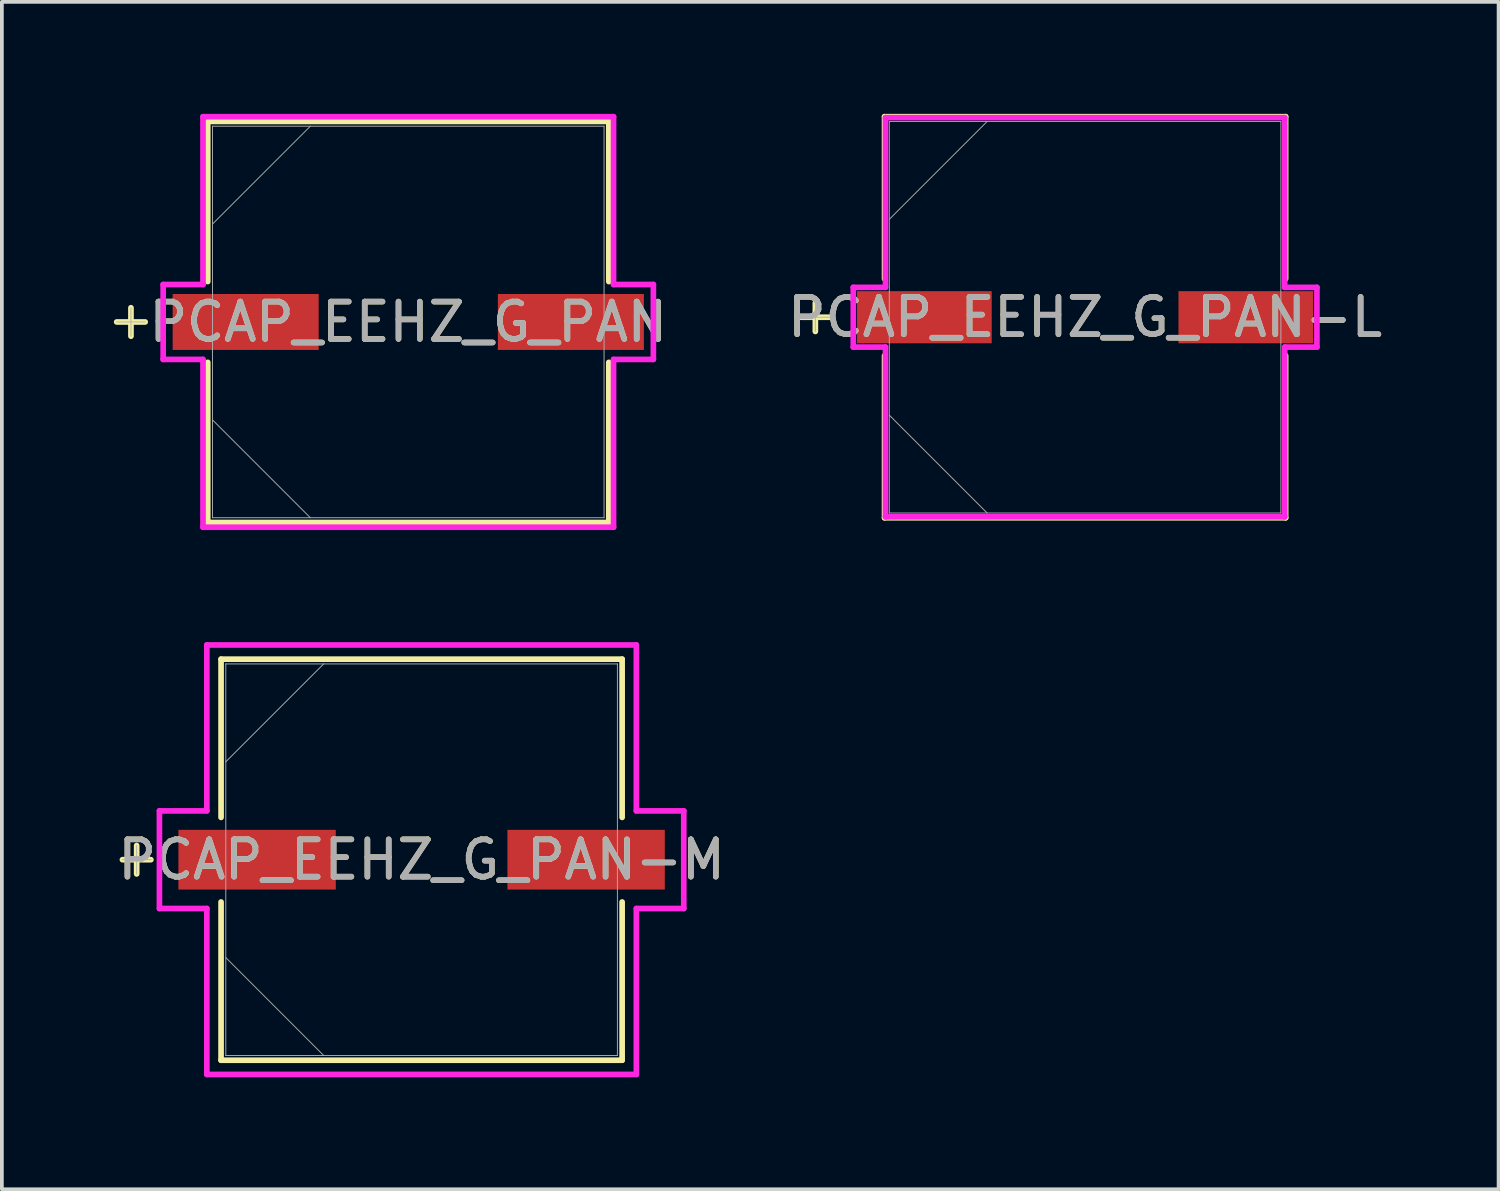
<source format=kicad_pcb>
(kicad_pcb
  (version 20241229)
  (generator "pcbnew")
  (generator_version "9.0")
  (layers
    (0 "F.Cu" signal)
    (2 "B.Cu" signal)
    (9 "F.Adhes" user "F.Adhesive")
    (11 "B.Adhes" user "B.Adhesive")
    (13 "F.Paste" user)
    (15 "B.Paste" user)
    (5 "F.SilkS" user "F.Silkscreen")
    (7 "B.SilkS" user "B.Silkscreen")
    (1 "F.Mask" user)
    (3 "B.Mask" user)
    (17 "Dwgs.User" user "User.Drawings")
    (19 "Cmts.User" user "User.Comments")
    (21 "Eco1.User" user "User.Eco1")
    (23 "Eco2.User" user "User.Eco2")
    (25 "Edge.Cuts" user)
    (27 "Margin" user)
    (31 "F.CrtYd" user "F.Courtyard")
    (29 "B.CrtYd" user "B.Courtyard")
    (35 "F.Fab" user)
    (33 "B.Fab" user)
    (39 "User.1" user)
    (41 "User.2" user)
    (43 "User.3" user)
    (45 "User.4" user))
  (footprint "PCAP_EEHZ_G_PAN-M"
    (layer "F.Cu")
    (at 8.244 19.98)
    (property "Reference" "PCAP_EEHZ_G_PAN-M" (at 0 0 0) (unlocked yes) (layer "F.SilkS") (effects (font (size 1 1) (thickness 0.15))))
    (attr smd)
    (fp_line (start -7.633 -0.381) (end -7.633 0.381) (stroke (width 0.152) (type solid)) (layer "F.SilkS"))
    (fp_line (start -7.252 0) (end -8.014 0) (stroke (width 0.152) (type solid)) (layer "F.SilkS"))
    (fp_line (start -5.372 -5.372) (end -5.372 -1.133) (stroke (width 0.152) (type solid)) (layer "F.SilkS"))
    (fp_line (start -5.372 1.133) (end -5.372 5.372) (stroke (width 0.152) (type solid)) (layer "F.SilkS"))
    (fp_line (start -5.372 5.372) (end 5.372 5.372) (stroke (width 0.152) (type solid)) (layer "F.SilkS"))
    (fp_line (start 5.372 -5.372) (end -5.372 -5.372) (stroke (width 0.152) (type solid)) (layer "F.SilkS"))
    (fp_line (start 5.372 -1.133) (end 5.372 -5.372) (stroke (width 0.152) (type solid)) (layer "F.SilkS"))
    (fp_line (start 5.372 5.372) (end 5.372 1.133) (stroke (width 0.152) (type solid)) (layer "F.SilkS"))
    (fp_line (start -7.023 -1.308) (end -5.753 -1.308) (stroke (width 0.152) (type solid)) (layer "F.CrtYd"))
    (fp_line (start -7.023 1.308) (end -7.023 -1.308) (stroke (width 0.152) (type solid)) (layer "F.CrtYd"))
    (fp_line (start -5.753 -5.753) (end 5.753 -5.753) (stroke (width 0.152) (type solid)) (layer "F.CrtYd"))
    (fp_line (start -5.753 -1.308) (end -5.753 -5.753) (stroke (width 0.152) (type solid)) (layer "F.CrtYd"))
    (fp_line (start -5.753 1.308) (end -7.023 1.308) (stroke (width 0.152) (type solid)) (layer "F.CrtYd"))
    (fp_line (start -5.753 5.753) (end -5.753 1.308) (stroke (width 0.152) (type solid)) (layer "F.CrtYd"))
    (fp_line (start 5.753 -5.753) (end 5.753 -1.308) (stroke (width 0.152) (type solid)) (layer "F.CrtYd"))
    (fp_line (start 5.753 -1.308) (end 7.023 -1.308) (stroke (width 0.152) (type solid)) (layer "F.CrtYd"))
    (fp_line (start 5.753 1.308) (end 5.753 5.753) (stroke (width 0.152) (type solid)) (layer "F.CrtYd"))
    (fp_line (start 5.753 5.753) (end -5.753 5.753) (stroke (width 0.152) (type solid)) (layer "F.CrtYd"))
    (fp_line (start 7.023 -1.308) (end 7.023 1.308) (stroke (width 0.152) (type solid)) (layer "F.CrtYd"))
    (fp_line (start 7.023 1.308) (end 5.753 1.308) (stroke (width 0.152) (type solid)) (layer "F.CrtYd"))
    (fp_line (start -7.633 -0.381) (end -7.633 0.381) (stroke (width 0.025) (type solid)) (layer "F.Fab"))
    (fp_line (start -7.252 0) (end -8.014 0) (stroke (width 0.025) (type solid)) (layer "F.Fab"))
    (fp_line (start -5.245 -5.245) (end -5.245 5.245) (stroke (width 0.025) (type solid)) (layer "F.Fab"))
    (fp_line (start -5.245 -2.623) (end -2.623 -5.245) (stroke (width 0.025) (type solid)) (layer "F.Fab"))
    (fp_line (start -5.245 2.623) (end -2.623 5.245) (stroke (width 0.025) (type solid)) (layer "F.Fab"))
    (fp_line (start -5.245 5.245) (end 5.245 5.245) (stroke (width 0.025) (type solid)) (layer "F.Fab"))
    (fp_line (start 5.245 -5.245) (end -5.245 -5.245) (stroke (width 0.025) (type solid)) (layer "F.Fab"))
    (fp_line (start 5.245 5.245) (end 5.245 -5.245) (stroke (width 0.025) (type solid)) (layer "F.Fab"))
    (fp_text user "${REFERENCE}" (at 0 0 0) (unlocked yes) (layer "F.Fab") (effects (font (size 1 1) (thickness 0.15))))
    (pad "1" smd rect (at -4.407 0) (size 4.216 1.6) (layers "F.Cu" "F.Mask" "F.Paste"))
    (pad "2" smd rect (at 4.407 0) (size 4.216 1.6) (layers "F.Cu" "F.Mask" "F.Paste"))
    (zone (net_name "") (layer "F.Cu") (hatch full 0.508) (connect_pads) (min_thickness 0.254) (filled_areas_thickness no) (keepout (tracks not_allowed) (vias not_allowed) (pads allowed) (copperpour not_allowed) (footprints allowed)) (placement (enabled no)) (fill) (polygon (pts (xy 3.05 14.786) (xy 13.438 14.786) (xy 13.438 19.129) (xy 3.05 19.129))))
    (zone (net_name "") (layer "F.Cu") (hatch full 0.508) (connect_pads) (min_thickness 0.254) (filled_areas_thickness no) (keepout (tracks not_allowed) (vias not_allowed) (pads allowed) (copperpour not_allowed) (footprints allowed)) (placement (enabled no)) (fill) (polygon (pts (xy 3.05 20.831) (xy 13.438 20.831) (xy 13.438 25.174) (xy 3.05 25.174))))
    (zone (net_name "") (layer "F.Cu") (hatch full 0.508) (connect_pads) (min_thickness 0.254) (filled_areas_thickness no) (keepout (tracks not_allowed) (vias not_allowed) (pads allowed) (copperpour not_allowed) (footprints allowed)) (placement (enabled no)) (fill) (polygon (pts (xy 5.996 19.129) (xy 10.492 19.129) (xy 10.492 20.831) (xy 5.996 20.831)))))
  (footprint "PCAP_EEHZ_G_PAN"
    (layer "F.Cu")
    (at 7.887 5.575)
    (property "Reference" "PCAP_EEHZ_G_PAN" (at 0 0 0) (unlocked yes) (layer "F.SilkS") (effects (font (size 1 1) (thickness 0.15))))
    (attr smd)
    (fp_line (start -7.429 -0.381) (end -7.429 0.381) (stroke (width 0.152) (type solid)) (layer "F.SilkS"))
    (fp_line (start -7.048 0) (end -7.811 0) (stroke (width 0.152) (type solid)) (layer "F.SilkS"))
    (fp_line (start -5.372 -5.372) (end -5.372 -1.082) (stroke (width 0.152) (type solid)) (layer "F.SilkS"))
    (fp_line (start -5.372 1.082) (end -5.372 5.372) (stroke (width 0.152) (type solid)) (layer "F.SilkS"))
    (fp_line (start -5.372 5.372) (end 5.372 5.372) (stroke (width 0.152) (type solid)) (layer "F.SilkS"))
    (fp_line (start 5.372 -5.372) (end -5.372 -5.372) (stroke (width 0.152) (type solid)) (layer "F.SilkS"))
    (fp_line (start 5.372 -1.082) (end 5.372 -5.372) (stroke (width 0.152) (type solid)) (layer "F.SilkS"))
    (fp_line (start 5.372 5.372) (end 5.372 1.082) (stroke (width 0.152) (type solid)) (layer "F.SilkS"))
    (fp_line (start -6.566 -1.003) (end -5.499 -1.003) (stroke (width 0.152) (type solid)) (layer "F.CrtYd"))
    (fp_line (start -6.566 1.003) (end -6.566 -1.003) (stroke (width 0.152) (type solid)) (layer "F.CrtYd"))
    (fp_line (start -5.499 -5.499) (end 5.499 -5.499) (stroke (width 0.152) (type solid)) (layer "F.CrtYd"))
    (fp_line (start -5.499 -1.003) (end -5.499 -5.499) (stroke (width 0.152) (type solid)) (layer "F.CrtYd"))
    (fp_line (start -5.499 1.003) (end -6.566 1.003) (stroke (width 0.152) (type solid)) (layer "F.CrtYd"))
    (fp_line (start -5.499 5.499) (end -5.499 1.003) (stroke (width 0.152) (type solid)) (layer "F.CrtYd"))
    (fp_line (start 5.499 -5.499) (end 5.499 -1.003) (stroke (width 0.152) (type solid)) (layer "F.CrtYd"))
    (fp_line (start 5.499 -1.003) (end 6.566 -1.003) (stroke (width 0.152) (type solid)) (layer "F.CrtYd"))
    (fp_line (start 5.499 1.003) (end 5.499 5.499) (stroke (width 0.152) (type solid)) (layer "F.CrtYd"))
    (fp_line (start 5.499 5.499) (end -5.499 5.499) (stroke (width 0.152) (type solid)) (layer "F.CrtYd"))
    (fp_line (start 6.566 -1.003) (end 6.566 1.003) (stroke (width 0.152) (type solid)) (layer "F.CrtYd"))
    (fp_line (start 6.566 1.003) (end 5.499 1.003) (stroke (width 0.152) (type solid)) (layer "F.CrtYd"))
    (fp_line (start -7.429 -0.381) (end -7.429 0.381) (stroke (width 0.025) (type solid)) (layer "F.Fab"))
    (fp_line (start -7.048 0) (end -7.811 0) (stroke (width 0.025) (type solid)) (layer "F.Fab"))
    (fp_line (start -5.245 -5.245) (end -5.245 5.245) (stroke (width 0.025) (type solid)) (layer "F.Fab"))
    (fp_line (start -5.245 -2.623) (end -2.623 -5.245) (stroke (width 0.025) (type solid)) (layer "F.Fab"))
    (fp_line (start -5.245 2.623) (end -2.623 5.245) (stroke (width 0.025) (type solid)) (layer "F.Fab"))
    (fp_line (start -5.245 5.245) (end 5.245 5.245) (stroke (width 0.025) (type solid)) (layer "F.Fab"))
    (fp_line (start 5.245 -5.245) (end -5.245 -5.245) (stroke (width 0.025) (type solid)) (layer "F.Fab"))
    (fp_line (start 5.245 5.245) (end 5.245 -5.245) (stroke (width 0.025) (type solid)) (layer "F.Fab"))
    (fp_text user "${REFERENCE}" (at 0 0 0) (unlocked yes) (layer "F.Fab") (effects (font (size 1 1) (thickness 0.15))))
    (pad "1" smd rect (at -4.356 0) (size 3.912 1.499) (layers "F.Cu" "F.Mask" "F.Paste"))
    (pad "2" smd rect (at 4.356 0) (size 3.912 1.499) (layers "F.Cu" "F.Mask" "F.Paste"))
    (zone (net_name "") (layer "F.Cu") (hatch full 0.508) (connect_pads) (min_thickness 0.254) (filled_areas_thickness no) (keepout (tracks not_allowed) (vias not_allowed) (pads allowed) (copperpour not_allowed) (footprints allowed)) (placement (enabled no)) (fill) (polygon (pts (xy 2.692 0.381) (xy 13.081 0.381) (xy 13.081 4.775) (xy 2.692 4.775))))
    (zone (net_name "") (layer "F.Cu") (hatch full 0.508) (connect_pads) (min_thickness 0.254) (filled_areas_thickness no) (keepout (tracks not_allowed) (vias not_allowed) (pads allowed) (copperpour not_allowed) (footprints allowed)) (placement (enabled no)) (fill) (polygon (pts (xy 2.692 6.375) (xy 13.081 6.375) (xy 13.081 10.77) (xy 2.692 10.77))))
    (zone (net_name "") (layer "F.Cu") (hatch full 0.508) (connect_pads) (min_thickness 0.254) (filled_areas_thickness no) (keepout (tracks not_allowed) (vias not_allowed) (pads allowed) (copperpour not_allowed) (footprints allowed)) (placement (enabled no)) (fill) (polygon (pts (xy 5.537 4.775) (xy 10.236 4.775) (xy 10.236 6.375) (xy 5.537 6.375)))))
  (footprint "PCAP_EEHZ_G_PAN-L"
    (layer "F.Cu")
    (at 26.018 5.448)
    (property "Reference" "PCAP_EEHZ_G_PAN-L" (at 0 0 0) (unlocked yes) (layer "F.SilkS") (effects (font (size 1 1) (thickness 0.15))))
    (attr smd)
    (fp_line (start -7.226 -0.381) (end -7.226 0.381) (stroke (width 0.152) (type solid)) (layer "F.SilkS"))
    (fp_line (start -6.845 0) (end -7.607 0) (stroke (width 0.152) (type solid)) (layer "F.SilkS"))
    (fp_line (start -5.372 -5.372) (end -5.372 -1.031) (stroke (width 0.152) (type solid)) (layer "F.SilkS"))
    (fp_line (start -5.372 1.031) (end -5.372 5.372) (stroke (width 0.152) (type solid)) (layer "F.SilkS"))
    (fp_line (start -5.372 5.372) (end 5.372 5.372) (stroke (width 0.152) (type solid)) (layer "F.SilkS"))
    (fp_line (start 5.372 -5.372) (end -5.372 -5.372) (stroke (width 0.152) (type solid)) (layer "F.SilkS"))
    (fp_line (start 5.372 -1.031) (end 5.372 -5.372) (stroke (width 0.152) (type solid)) (layer "F.SilkS"))
    (fp_line (start 5.372 5.372) (end 5.372 1.031) (stroke (width 0.152) (type solid)) (layer "F.SilkS"))
    (fp_line (start -6.21 -0.8) (end -5.347 -0.8) (stroke (width 0.152) (type solid)) (layer "F.CrtYd"))
    (fp_line (start -6.21 0.8) (end -6.21 -0.8) (stroke (width 0.152) (type solid)) (layer "F.CrtYd"))
    (fp_line (start -5.347 -5.347) (end 5.347 -5.347) (stroke (width 0.152) (type solid)) (layer "F.CrtYd"))
    (fp_line (start -5.347 -0.8) (end -5.347 -5.347) (stroke (width 0.152) (type solid)) (layer "F.CrtYd"))
    (fp_line (start -5.347 0.8) (end -6.21 0.8) (stroke (width 0.152) (type solid)) (layer "F.CrtYd"))
    (fp_line (start -5.347 5.347) (end -5.347 0.8) (stroke (width 0.152) (type solid)) (layer "F.CrtYd"))
    (fp_line (start 5.347 -5.347) (end 5.347 -0.8) (stroke (width 0.152) (type solid)) (layer "F.CrtYd"))
    (fp_line (start 5.347 -0.8) (end 6.21 -0.8) (stroke (width 0.152) (type solid)) (layer "F.CrtYd"))
    (fp_line (start 5.347 0.8) (end 5.347 5.347) (stroke (width 0.152) (type solid)) (layer "F.CrtYd"))
    (fp_line (start 5.347 5.347) (end -5.347 5.347) (stroke (width 0.152) (type solid)) (layer "F.CrtYd"))
    (fp_line (start 6.21 -0.8) (end 6.21 0.8) (stroke (width 0.152) (type solid)) (layer "F.CrtYd"))
    (fp_line (start 6.21 0.8) (end 5.347 0.8) (stroke (width 0.152) (type solid)) (layer "F.CrtYd"))
    (fp_line (start -7.226 -0.381) (end -7.226 0.381) (stroke (width 0.025) (type solid)) (layer "F.Fab"))
    (fp_line (start -6.845 0) (end -7.607 0) (stroke (width 0.025) (type solid)) (layer "F.Fab"))
    (fp_line (start -5.245 -5.245) (end -5.245 5.245) (stroke (width 0.025) (type solid)) (layer "F.Fab"))
    (fp_line (start -5.245 -2.623) (end -2.623 -5.245) (stroke (width 0.025) (type solid)) (layer "F.Fab"))
    (fp_line (start -5.245 2.623) (end -2.623 5.245) (stroke (width 0.025) (type solid)) (layer "F.Fab"))
    (fp_line (start -5.245 5.245) (end 5.245 5.245) (stroke (width 0.025) (type solid)) (layer "F.Fab"))
    (fp_line (start 5.245 -5.245) (end -5.245 -5.245) (stroke (width 0.025) (type solid)) (layer "F.Fab"))
    (fp_line (start 5.245 5.245) (end 5.245 -5.245) (stroke (width 0.025) (type solid)) (layer "F.Fab"))
    (fp_text user "${REFERENCE}" (at 0 0 0) (unlocked yes) (layer "F.Fab") (effects (font (size 1 1) (thickness 0.15))))
    (pad "1" smd rect (at -4.305 0) (size 3.607 1.397) (layers "F.Cu" "F.Mask" "F.Paste"))
    (pad "2" smd rect (at 4.305 0) (size 3.607 1.397) (layers "F.Cu" "F.Mask" "F.Paste"))
    (zone (net_name "") (layer "F.Cu") (hatch full 0.508) (connect_pads) (min_thickness 0.254) (filled_areas_thickness no) (keepout (tracks not_allowed) (vias not_allowed) (pads allowed) (copperpour not_allowed) (footprints allowed)) (placement (enabled no)) (fill) (polygon (pts (xy 20.823 0.254) (xy 31.212 0.254) (xy 31.212 4.699) (xy 20.823 4.699))))
    (zone (net_name "") (layer "F.Cu") (hatch full 0.508) (connect_pads) (min_thickness 0.254) (filled_areas_thickness no) (keepout (tracks not_allowed) (vias not_allowed) (pads allowed) (copperpour not_allowed) (footprints allowed)) (placement (enabled no)) (fill) (polygon (pts (xy 20.823 6.198) (xy 31.212 6.198) (xy 31.212 10.643) (xy 20.823 10.643))))
    (zone (net_name "") (layer "F.Cu") (hatch full 0.508) (connect_pads) (min_thickness 0.254) (filled_areas_thickness no) (keepout (tracks not_allowed) (vias not_allowed) (pads allowed) (copperpour not_allowed) (footprints allowed)) (placement (enabled no)) (fill) (polygon (pts (xy 23.567 4.699) (xy 28.469 4.699) (xy 28.469 6.198) (xy 23.567 6.198)))))
  (gr_rect
    (start -3 -3)
    (end 37.095 28.809)
    (stroke (width 0.1) (type default))
    (fill no)
    (layer "Edge.Cuts")))
</source>
